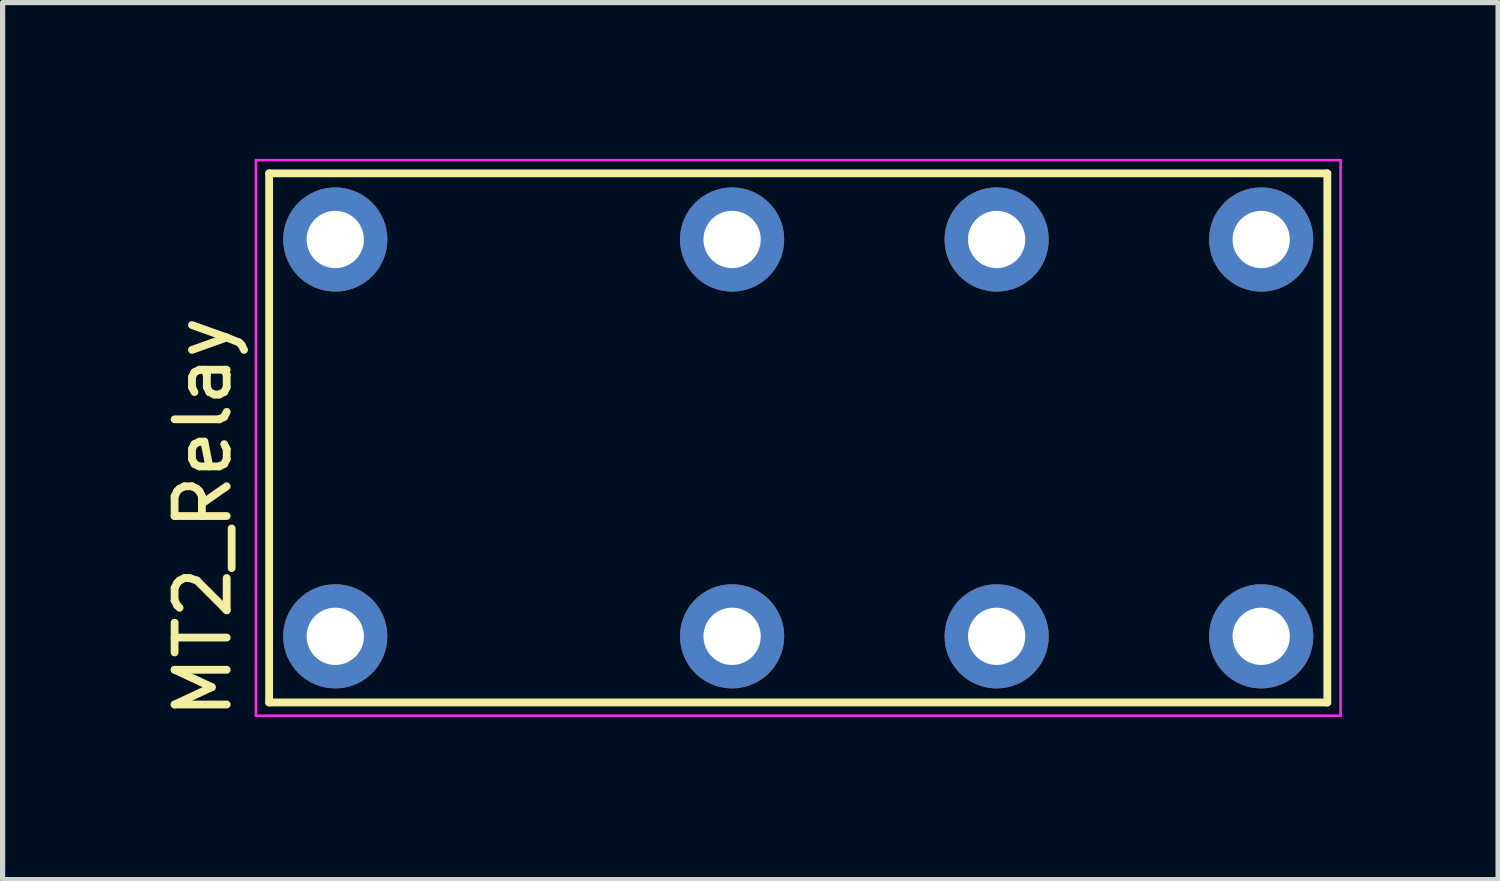
<source format=kicad_pcb>
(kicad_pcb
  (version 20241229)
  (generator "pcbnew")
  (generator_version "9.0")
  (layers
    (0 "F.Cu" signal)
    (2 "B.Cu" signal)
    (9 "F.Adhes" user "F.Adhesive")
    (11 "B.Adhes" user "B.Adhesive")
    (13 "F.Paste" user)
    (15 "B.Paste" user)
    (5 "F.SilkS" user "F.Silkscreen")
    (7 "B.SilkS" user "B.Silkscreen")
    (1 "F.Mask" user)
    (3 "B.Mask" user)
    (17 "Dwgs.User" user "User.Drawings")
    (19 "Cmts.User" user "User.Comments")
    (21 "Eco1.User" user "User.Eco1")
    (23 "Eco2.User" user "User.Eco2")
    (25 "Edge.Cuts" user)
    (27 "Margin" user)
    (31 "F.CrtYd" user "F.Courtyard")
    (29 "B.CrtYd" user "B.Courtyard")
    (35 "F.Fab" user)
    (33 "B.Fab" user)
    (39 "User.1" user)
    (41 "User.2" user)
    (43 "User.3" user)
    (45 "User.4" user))
  (footprint "MT2_Relay"
    (layer "F.Cu")
    (at 3.388 9.169)
    (property "Reference" "MT2_Relay" (at -2.54 -2.286 90) (layer "F.SilkS") (effects (font (size 1 1) (thickness 0.15))))
    (attr through_hole)
    (fp_line (start -1.27 -8.89) (end -1.27 1.27) (stroke (width 0.15) (type solid)) (layer "F.SilkS"))
    (fp_line (start -1.27 -8.89) (end 19.05 -8.89) (stroke (width 0.15) (type solid)) (layer "F.SilkS"))
    (fp_line (start -1.27 1.27) (end 19.05 1.27) (stroke (width 0.15) (type solid)) (layer "F.SilkS"))
    (fp_line (start 19.05 -8.89) (end 19.05 1.27) (stroke (width 0.15) (type solid)) (layer "F.SilkS"))
    (fp_line (start -1.524 -9.144) (end 19.304 -9.144) (stroke (width 0.05) (type solid)) (layer "F.CrtYd"))
    (fp_line (start -1.524 1.524) (end -1.524 -9.144) (stroke (width 0.05) (type solid)) (layer "F.CrtYd"))
    (fp_line (start 19.304 -9.144) (end 19.304 1.524) (stroke (width 0.05) (type solid)) (layer "F.CrtYd"))
    (fp_line (start 19.304 1.524) (end -1.524 1.524) (stroke (width 0.05) (type solid)) (layer "F.CrtYd"))
    (pad "1" thru_hole circle (at 0 0) (size 2 2) (drill 1.1) (layers "*.Cu" "*.Mask"))
    (pad "4" thru_hole circle (at 7.62 0) (size 2 2) (drill 1.1) (layers "*.Cu" "*.Mask"))
    (pad "6" thru_hole circle (at 12.7 0) (size 2 2) (drill 1.1) (layers "*.Cu" "*.Mask"))
    (pad "8" thru_hole circle (at 17.78 0) (size 2 2) (drill 1.1) (layers "*.Cu" "*.Mask"))
    (pad "9" thru_hole circle (at 17.78 -7.62) (size 2 2) (drill 1.1) (layers "*.Cu" "*.Mask"))
    (pad "11" thru_hole circle (at 12.7 -7.62) (size 2 2) (drill 1.1) (layers "*.Cu" "*.Mask"))
    (pad "13" thru_hole circle (at 7.62 -7.62) (size 2 2) (drill 1.1) (layers "*.Cu" "*.Mask"))
    (pad "16" thru_hole circle (at 0 -7.62) (size 2 2) (drill 1.1) (layers "*.Cu" "*.Mask")))
  (gr_rect
    (start -3 -3)
    (end 25.717 13.841)
    (stroke (width 0.1) (type default))
    (fill no)
    (layer "Edge.Cuts")))
</source>
